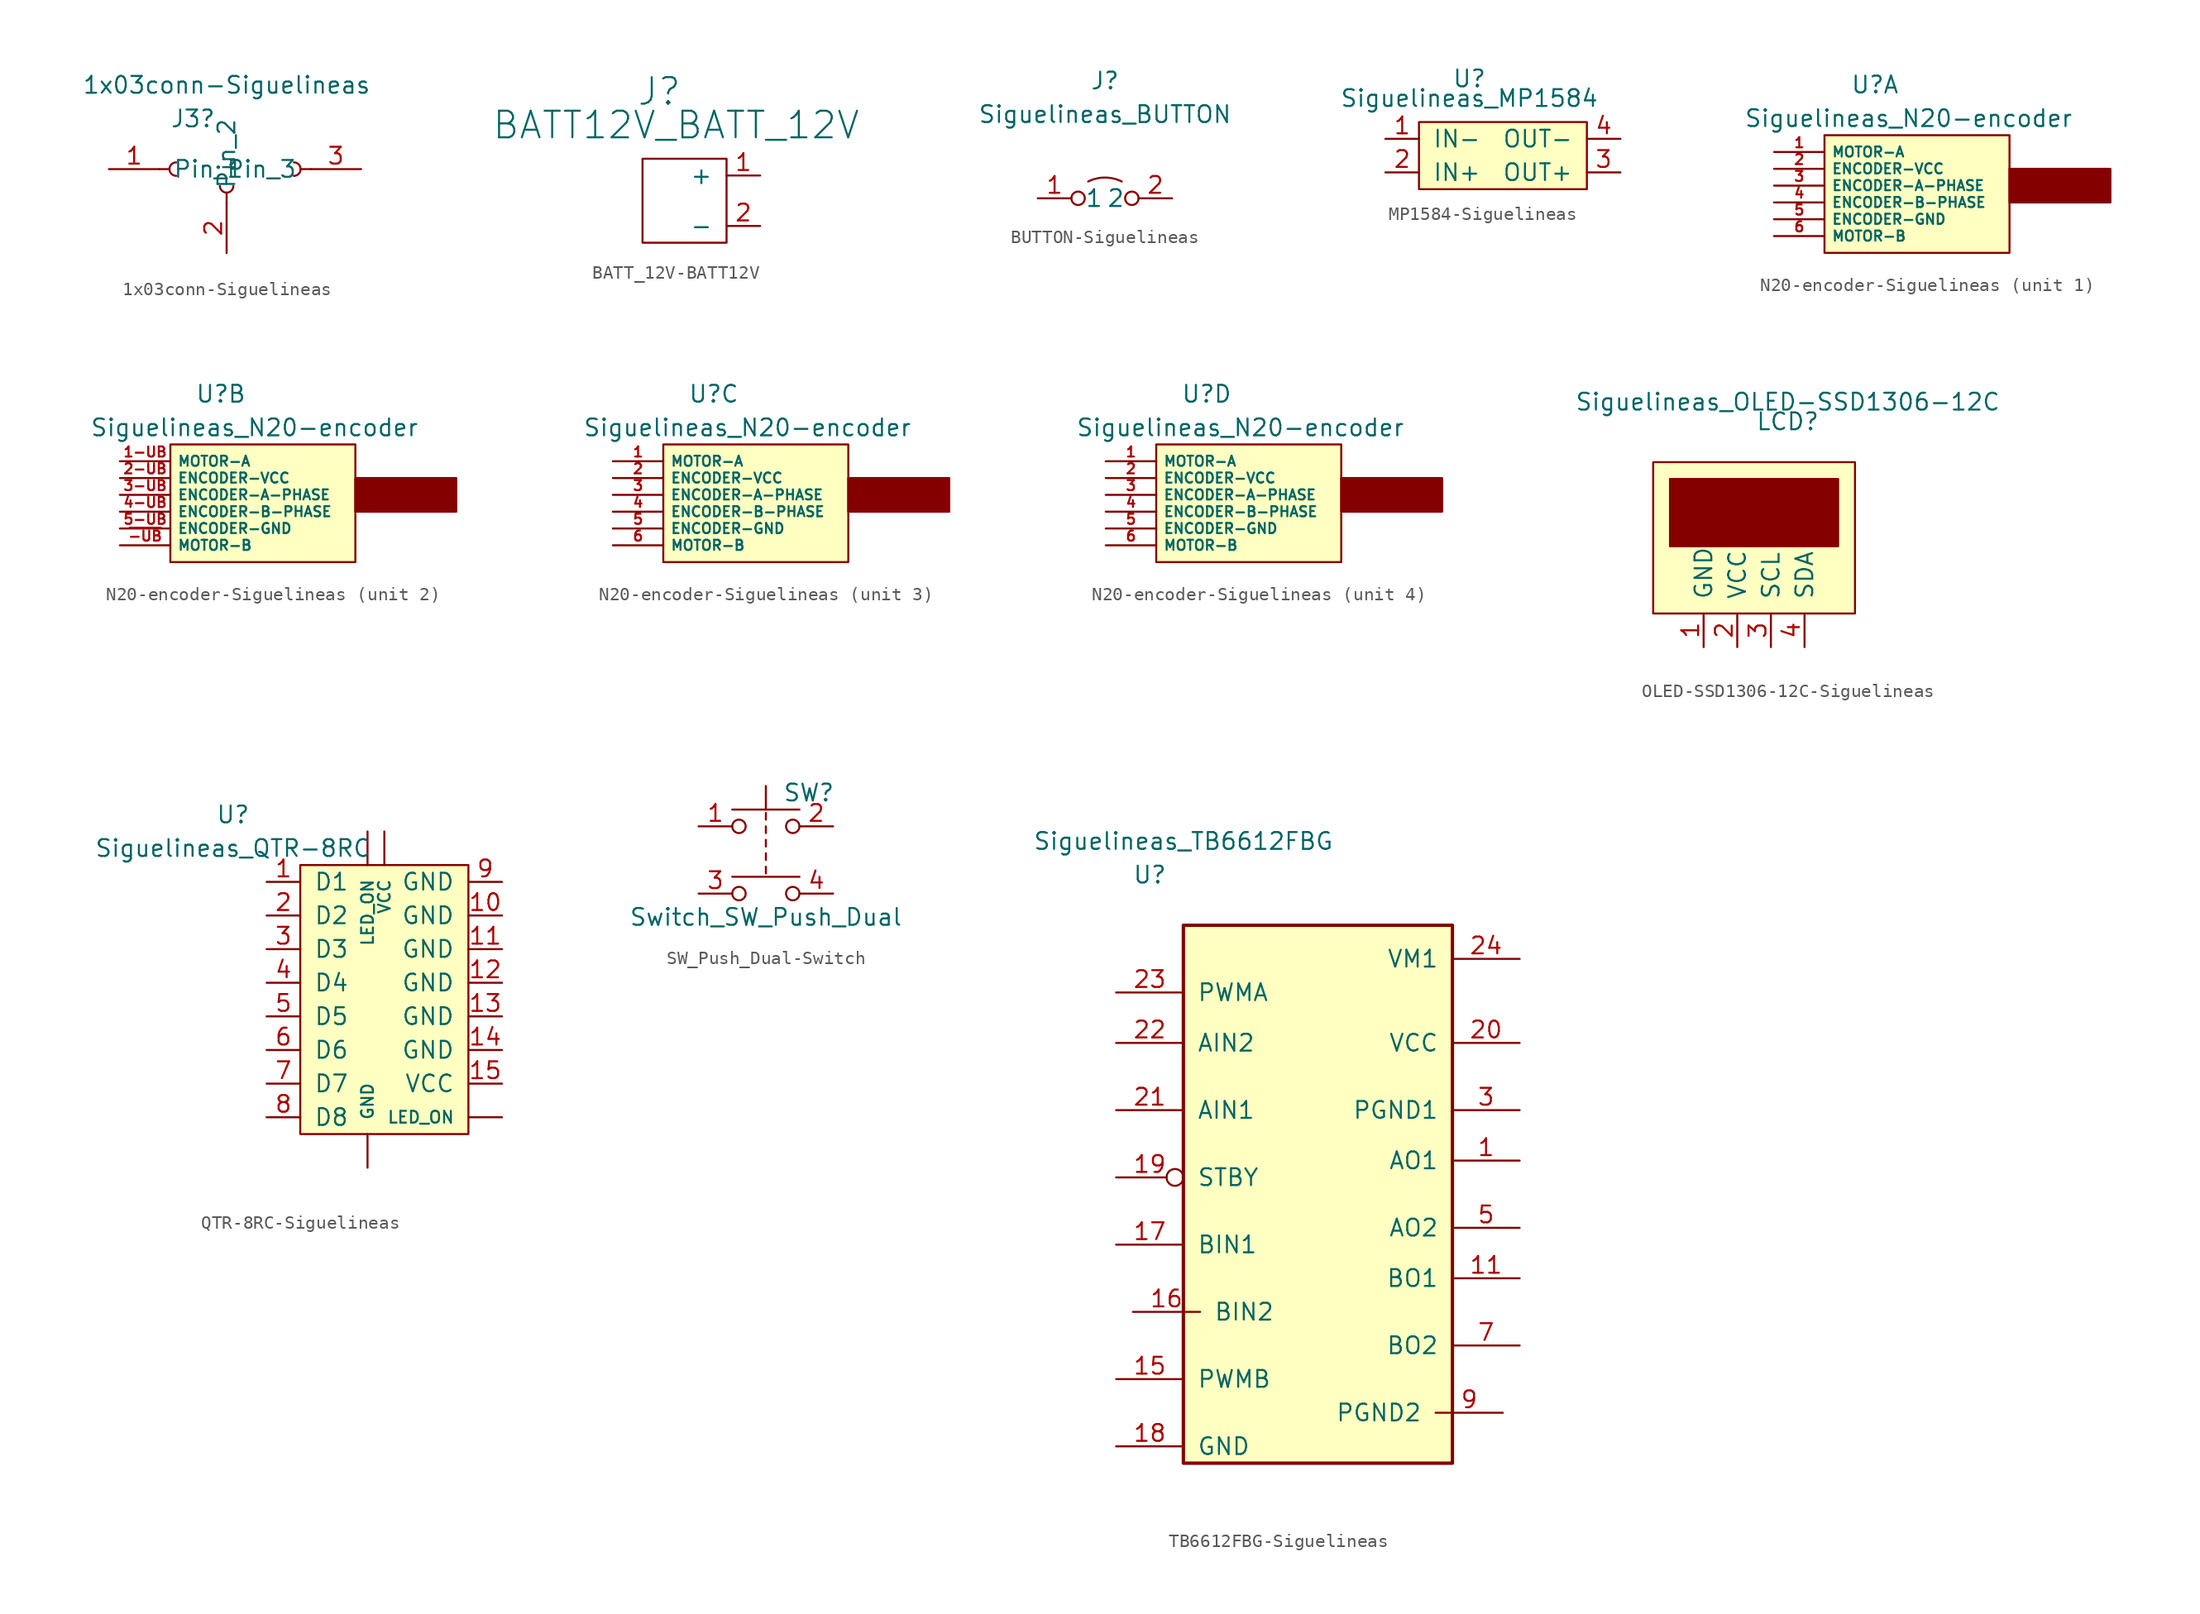
<source format=kicad_sym>
(kicad_symbol_lib
  (version 20231120)
  (generator "kicad_symbol_editor")
  (generator_version "8.0")
  (symbol "1x03conn-Siguelineas"
    (pin_names
      (offset 1.016))
    (property "Reference" "J3"
      (at -6.35 3.81 0)
      (effects (font (size 1.27 1.27))))
    (property "Value" "1x03conn-Siguelineas"
      (at -3.81 6.35 0)
      (effects (font (size 1.27 1.27))))
    (symbol "1x03conn-Siguelineas_1_1"
      (arc (start -7.62 0.508) (mid -8.128 0) (end -7.62 -0.508) (stroke (width 0.1524) (type solid)) (fill (type none)))
      (arc (start -4.318 -1.27) (mid -3.81 -1.778) (end -3.302 -1.27) (stroke (width 0.1524) (type solid)) (fill (type none)))
      (polyline (pts (xy -8.89 0) (xy -8.128 0)) (stroke (width 0.152) (type solid)) (fill (type none)))
      (polyline (pts (xy -3.81 -2.54) (xy -3.81 -1.778)) (stroke (width 0.152) (type solid)) (fill (type none)))
      (polyline (pts (xy 2.54 0) (xy 1.778 0)) (stroke (width 0.152) (type solid)) (fill (type none)))
      (arc (start 1.27 -0.508) (mid 1.778 0) (end 1.27 0.508) (stroke (width 0.1524) (type solid)) (fill (type none)))
      (pin passive line (at -12.7 0 0) (length 3.81) (name "Pin_1" (effects (font (size 1.27 1.27)))) (number "1" (effects (font (size 1.27 1.27)))))
      (pin passive line (at -3.81 -6.35 90) (length 3.81) (name "Pin_2" (effects (font (size 1.27 1.27)))) (number "2" (effects (font (size 1.27 1.27)))))
      (pin passive line (at 6.35 0 180) (length 3.81) (name "Pin_3" (effects (font (size 1.27 1.27)))) (number "3" (effects (font (size 1.27 1.27)))))))
  (symbol "BATT_12V-BATT12V"
    (pin_names
      (offset 1.016))
    (property "Reference" "J"
      (at -1.27 2.54 0)
      (effects (font (size 2.007 2.007))))
    (property "Value" "BATT12V_BATT_12V"
      (at 0 0 0)
      (effects (font (size 2.007 2.007))))
    (symbol "BATT_12V-BATT12V_0_1"
      (rectangle (start -2.54 -2.54) (end 3.81 -8.89) (stroke (width 0) (type solid)) (fill (type none))))
    (symbol "BATT_12V-BATT12V_1_1"
      (pin passive line (at 6.35 -3.81 180) (length 2.54) (name "+" (effects (font (size 1.27 1.27)))) (number "1" (effects (font (size 1.27 1.27)))))
      (pin passive line (at 6.35 -7.62 180) (length 2.54) (name "-" (effects (font (size 1.27 1.27)))) (number "2" (effects (font (size 1.27 1.27)))))))
  (symbol "BUTTON-Siguelineas"
    (pin_names
      (offset 1.016))
    (property "Reference" "J"
      (at 0 2.54 0)
      (effects (font (size 1.27 1.27))))
    (property "Value" "Siguelineas_BUTTON"
      (at 0 0 0)
      (effects (font (size 1.27 1.27))))
    (symbol "BUTTON-Siguelineas_0_1"
      (arc (start 1.27 -5.08) (mid 0 -4.7802) (end -1.27 -5.08) (stroke (width 0) (type solid)) (fill (type none))))
    (symbol "BUTTON-Siguelineas_1_1"
      (circle (center -2.032 -6.35) (radius 0.508) (stroke (width 0) (type solid)) (fill (type none)))
      (circle (center 2.032 -6.35) (radius 0.508) (stroke (width 0) (type solid)) (fill (type none)))
      (pin passive line (at -5.08 -6.35 0) (length 2.54) (name "1" (effects (font (size 1.27 1.27)))) (number "1" (effects (font (size 1.27 1.27)))))
      (pin passive line (at 5.08 -6.35 180) (length 2.54) (name "2" (effects (font (size 1.27 1.27)))) (number "2" (effects (font (size 1.27 1.27)))))))
  (symbol "MP1584-Siguelineas"
    (pin_names
      (offset 1.016))
    (property "Reference" "U"
      (at 0 0 0)
      (effects (font (size 1.27 1.27)) (justify bottom)))
    (property "Value" "Siguelineas_MP1584"
      (at 0 0 0)
      (effects (font (size 1.27 1.27)) (justify top)))
    (symbol "MP1584-Siguelineas_0_1"
      (rectangle (start -3.81 -2.54) (end 8.89 -7.62) (stroke (width 0) (type solid)) (fill (type background))))
    (symbol "MP1584-Siguelineas_1_1"
      (pin passive line (at -6.35 -3.81 0) (length 2.54) (name "IN-" (effects (font (size 1.27 1.27)))) (number "1" (effects (font (size 1.27 1.27)))))
      (pin passive line (at -6.35 -6.35 0) (length 2.54) (name "IN+" (effects (font (size 1.27 1.27)))) (number "2" (effects (font (size 1.27 1.27)))))
      (pin passive line (at 11.43 -6.35 180) (length 2.54) (name "OUT+" (effects (font (size 1.27 1.27)))) (number "3" (effects (font (size 1.27 1.27)))))
      (pin passive line (at 11.43 -3.81 180) (length 2.54) (name "OUT-" (effects (font (size 1.27 1.27)))) (number "4" (effects (font (size 1.27 1.27)))))))
  (symbol "N20-encoder-Siguelineas"
    (property "Reference" "U"
      (at -2.54 2.54 0)
      (effects (font (size 1.27 1.27))))
    (property "Value" "Siguelineas_N20-encoder"
      (at 0 0 0)
      (effects (font (size 1.27 1.27))))
    (symbol "N20-encoder-Siguelineas_0_1"
      (rectangle (start -6.35 -1.27) (end 7.62 -10.16) (stroke (width 0.152) (type solid)) (fill (type background)))
      (rectangle (start 7.62 -3.81) (end 15.24 -6.35) (stroke (width 0) (type solid)) (fill (type outline))))
    (symbol "N20-encoder-Siguelineas_1_1"
      (pin passive line (at -10.16 -2.54 0) (length 3.81) (name "MOTOR-A" (effects (font (size 0.762 0.762)))) (number "1" (effects (font (size 0.762 0.762)))))
      (pin passive line (at -10.16 -3.81 0) (length 3.81) (name "ENCODER-VCC" (effects (font (size 0.762 0.762)))) (number "2" (effects (font (size 0.762 0.762)))))
      (pin passive line (at -10.16 -5.08 0) (length 3.81) (name "ENCODER-A-PHASE" (effects (font (size 0.762 0.762)))) (number "3" (effects (font (size 0.762 0.762)))))
      (pin passive line (at -10.16 -6.35 0) (length 3.81) (name "ENCODER-B-PHASE" (effects (font (size 0.762 0.762)))) (number "4" (effects (font (size 0.762 0.762)))))
      (pin passive line (at -10.16 -7.62 0) (length 3.81) (name "ENCODER-GND" (effects (font (size 0.762 0.762)))) (number "5" (effects (font (size 0.762 0.762)))))
      (pin passive line (at -10.16 -8.89 0) (length 3.81) (name "MOTOR-B" (effects (font (size 0.762 0.762)))) (number "6" (effects (font (size 0.762 0.762))))))
    (symbol "N20-encoder-Siguelineas_2_1"
      (pin passive line (at -10.16 -2.54 0) (length 3.81) (name "MOTOR-A" (effects (font (size 0.762 0.762)))) (number "1-UB" (effects (font (size 0.762 0.762)))))
      (pin passive line (at -10.16 -3.81 0) (length 3.81) (name "ENCODER-VCC" (effects (font (size 0.762 0.762)))) (number "2-UB" (effects (font (size 0.762 0.762)))))
      (pin passive line (at -10.16 -5.08 0) (length 3.81) (name "ENCODER-A-PHASE" (effects (font (size 0.762 0.762)))) (number "3-UB" (effects (font (size 0.762 0.762)))))
      (pin passive line (at -10.16 -6.35 0) (length 3.81) (name "ENCODER-B-PHASE" (effects (font (size 0.762 0.762)))) (number "4-UB" (effects (font (size 0.762 0.762)))))
      (pin passive line (at -10.16 -7.62 0) (length 3.81) (name "ENCODER-GND" (effects (font (size 0.762 0.762)))) (number "5-UB" (effects (font (size 0.762 0.762)))))
      (pin passive line (at -10.16 -8.89 0) (length 3.81) (name "MOTOR-B" (effects (font (size 0.762 0.762)))) (number "~{-UB}" (effects (font (size 0.762 0.762))))))
    (symbol "N20-encoder-Siguelineas_3_1"
      (pin passive line (at -10.16 -2.54 0) (length 3.81) (name "MOTOR-A" (effects (font (size 0.762 0.762)))) (number "1" (effects (font (size 0.762 0.762)))))
      (pin passive line (at -10.16 -3.81 0) (length 3.81) (name "ENCODER-VCC" (effects (font (size 0.762 0.762)))) (number "2" (effects (font (size 0.762 0.762)))))
      (pin passive line (at -10.16 -5.08 0) (length 3.81) (name "ENCODER-A-PHASE" (effects (font (size 0.762 0.762)))) (number "3" (effects (font (size 0.762 0.762)))))
      (pin passive line (at -10.16 -6.35 0) (length 3.81) (name "ENCODER-B-PHASE" (effects (font (size 0.762 0.762)))) (number "4" (effects (font (size 0.762 0.762)))))
      (pin passive line (at -10.16 -7.62 0) (length 3.81) (name "ENCODER-GND" (effects (font (size 0.762 0.762)))) (number "5" (effects (font (size 0.762 0.762)))))
      (pin passive line (at -10.16 -8.89 0) (length 3.81) (name "MOTOR-B" (effects (font (size 0.762 0.762)))) (number "6" (effects (font (size 0.762 0.762))))))
    (symbol "N20-encoder-Siguelineas_4_1"
      (pin passive line (at -10.16 -2.54 0) (length 3.81) (name "MOTOR-A" (effects (font (size 0.762 0.762)))) (number "1" (effects (font (size 0.762 0.762)))))
      (pin passive line (at -10.16 -3.81 0) (length 3.81) (name "ENCODER-VCC" (effects (font (size 0.762 0.762)))) (number "2" (effects (font (size 0.762 0.762)))))
      (pin passive line (at -10.16 -5.08 0) (length 3.81) (name "ENCODER-A-PHASE" (effects (font (size 0.762 0.762)))) (number "3" (effects (font (size 0.762 0.762)))))
      (pin passive line (at -10.16 -6.35 0) (length 3.81) (name "ENCODER-B-PHASE" (effects (font (size 0.762 0.762)))) (number "4" (effects (font (size 0.762 0.762)))))
      (pin passive line (at -10.16 -7.62 0) (length 3.81) (name "ENCODER-GND" (effects (font (size 0.762 0.762)))) (number "5" (effects (font (size 0.762 0.762)))))
      (pin passive line (at -10.16 -8.89 0) (length 3.81) (name "MOTOR-B" (effects (font (size 0.762 0.762)))) (number "6" (effects (font (size 0.762 0.762)))))))
  (symbol "OLED-SSD1306-12C-Siguelineas"
    (pin_names
      (offset 1.016))
    (property "Reference" "LCD"
      (at 0 0 0)
      (effects (font (size 1.27 1.27)) (justify top)))
    (property "Value" "Siguelineas_OLED-SSD1306-12C"
      (at 0 0 0)
      (effects (font (size 1.27 1.27)) (justify bottom)))
    (symbol "OLED-SSD1306-12C-Siguelineas_0_1"
      (rectangle (start -10.16 -3.81) (end 5.08 -15.24) (stroke (width 0) (type solid)) (fill (type background)))
      (rectangle (start -8.89 -5.08) (end 3.81 -10.16) (stroke (width 0) (type solid)) (fill (type outline)))
      (rectangle (start 2.54 -8.89) (end 2.54 -8.89) (stroke (width 0) (type solid)) (fill (type none))))
    (symbol "OLED-SSD1306-12C-Siguelineas_1_1"
      (pin passive line (at -6.35 -17.78 90) (length 2.54) (name "GND" (effects (font (size 1.27 1.27)))) (number "1" (effects (font (size 1.27 1.27)))))
      (pin passive line (at -3.81 -17.78 90) (length 2.54) (name "VCC" (effects (font (size 1.27 1.27)))) (number "2" (effects (font (size 1.27 1.27)))))
      (pin passive line (at -1.27 -17.78 90) (length 2.54) (name "SCL" (effects (font (size 1.27 1.27)))) (number "3" (effects (font (size 1.27 1.27)))))
      (pin passive line (at 1.27 -17.78 90) (length 2.54) (name "SDA" (effects (font (size 1.27 1.27)))) (number "4" (effects (font (size 1.27 1.27)))))))
  (symbol "QTR-8RC-Siguelineas"
    (pin_names
      (offset 1.016))
    (property "Reference" "U"
      (at -7.62 1.27 0)
      (effects (font (size 1.27 1.27))))
    (property "Value" "Siguelineas_QTR-8RC"
      (at -7.62 -1.27 0)
      (effects (font (size 1.27 1.27))))
    (symbol "QTR-8RC-Siguelineas_0_1"
      (rectangle (start -2.54 -2.54) (end 10.16 -22.86) (stroke (width 0) (type solid)) (fill (type background))))
    (symbol "QTR-8RC-Siguelineas_1_1"
      (pin passive line (at -5.08 -3.81 0) (length 2.54) (name "D1" (effects (font (size 1.27 1.27)))) (number "1" (effects (font (size 1.27 1.27)))))
      (pin passive line (at 12.7 -6.35 180) (length 2.54) (name "GND" (effects (font (size 1.27 1.27)))) (number "10" (effects (font (size 1.27 1.27)))))
      (pin passive line (at 12.7 -8.89 180) (length 2.54) (name "GND" (effects (font (size 1.27 1.27)))) (number "11" (effects (font (size 1.27 1.27)))))
      (pin passive line (at 12.7 -11.43 180) (length 2.54) (name "GND" (effects (font (size 1.27 1.27)))) (number "12" (effects (font (size 1.27 1.27)))))
      (pin passive line (at 12.7 -13.97 180) (length 2.54) (name "GND" (effects (font (size 1.27 1.27)))) (number "13" (effects (font (size 1.27 1.27)))))
      (pin passive line (at 12.7 -16.51 180) (length 2.54) (name "GND" (effects (font (size 1.27 1.27)))) (number "14" (effects (font (size 1.27 1.27)))))
      (pin passive line (at 12.7 -19.05 180) (length 2.54) (name "VCC" (effects (font (size 1.27 1.27)))) (number "15" (effects (font (size 1.27 1.27)))))
      (pin passive line (at 12.7 -21.59 180) (length 2.54) (name "LED_ON" (effects (font (size 0.889 0.889)))) (number "16" (effects (font (size 0 0)))))
      (pin passive line (at 2.54 0 270) (length 2.54) (name "LED_ON" (effects (font (size 0.889 0.889)))) (number "17" (effects (font (size 0 0)))))
      (pin passive line (at 3.81 0 270) (length 2.54) (name "VCC" (effects (font (size 0.889 0.889)))) (number "18" (effects (font (size 0 0)))))
      (pin passive line (at 2.54 -25.4 90) (length 2.54) (name "GND" (effects (font (size 0.889 0.889)))) (number "19" (effects (font (size 0 0)))))
      (pin passive line (at -5.08 -6.35 0) (length 2.54) (name "D2" (effects (font (size 1.27 1.27)))) (number "2" (effects (font (size 1.27 1.27)))))
      (pin passive line (at -5.08 -8.89 0) (length 2.54) (name "D3" (effects (font (size 1.27 1.27)))) (number "3" (effects (font (size 1.27 1.27)))))
      (pin passive line (at -5.08 -11.43 0) (length 2.54) (name "D4" (effects (font (size 1.27 1.27)))) (number "4" (effects (font (size 1.27 1.27)))))
      (pin passive line (at -5.08 -13.97 0) (length 2.54) (name "D5" (effects (font (size 1.27 1.27)))) (number "5" (effects (font (size 1.27 1.27)))))
      (pin passive line (at -5.08 -16.51 0) (length 2.54) (name "D6" (effects (font (size 1.27 1.27)))) (number "6" (effects (font (size 1.27 1.27)))))
      (pin passive line (at -5.08 -19.05 0) (length 2.54) (name "D7" (effects (font (size 1.27 1.27)))) (number "7" (effects (font (size 1.27 1.27)))))
      (pin passive line (at -5.08 -21.59 0) (length 2.54) (name "D8" (effects (font (size 1.27 1.27)))) (number "8" (effects (font (size 1.27 1.27)))))
      (pin passive line (at 12.7 -3.81 180) (length 2.54) (name "GND" (effects (font (size 1.27 1.27)))) (number "9" (effects (font (size 1.27 1.27)))))))
  (symbol "SW_Push_Dual-Switch"
    (pin_names
      (offset 1.016) hide)
    (property "Reference" "SW"
      (at 1.27 2.54 0)
      (effects (font (size 1.27 1.27)) (justify left)))
    (property "Value" "Switch_SW_Push_Dual"
      (at 0 -6.858 0)
      (effects (font (size 1.27 1.27))))
    (symbol "SW_Push_Dual-Switch_0_1"
      (circle (center -2.032 -5.08) (radius 0.508) (stroke (width 0) (type solid)) (fill (type none)))
      (circle (center -2.032 0) (radius 0.508) (stroke (width 0) (type solid)) (fill (type none)))
      (polyline (pts (xy 0 -3.048) (xy 0 -3.556)) (stroke (width 0) (type solid)) (fill (type none)))
      (polyline (pts (xy 0 -2.032) (xy 0 -2.54)) (stroke (width 0) (type solid)) (fill (type none)))
      (polyline (pts (xy 0 -1.524) (xy 0 -1.016)) (stroke (width 0) (type solid)) (fill (type none)))
      (polyline (pts (xy 0 -0.508) (xy 0 0)) (stroke (width 0) (type solid)) (fill (type none)))
      (polyline (pts (xy 0 0.508) (xy 0 1.016)) (stroke (width 0) (type solid)) (fill (type none)))
      (polyline (pts (xy 0 1.27) (xy 0 3.048)) (stroke (width 0) (type solid)) (fill (type none)))
      (polyline (pts (xy 2.54 -3.81) (xy -2.54 -3.81)) (stroke (width 0) (type solid)) (fill (type none)))
      (polyline (pts (xy 2.54 1.27) (xy -2.54 1.27)) (stroke (width 0) (type solid)) (fill (type none)))
      (circle (center 2.032 -5.08) (radius 0.508) (stroke (width 0) (type solid)) (fill (type none)))
      (circle (center 2.032 0) (radius 0.508) (stroke (width 0) (type solid)) (fill (type none)))
      (pin passive line (at -5.08 0 0) (length 2.54) (name "1" (effects (font (size 1.27 1.27)))) (number "1" (effects (font (size 1.27 1.27)))))
      (pin passive line (at 5.08 0 180) (length 2.54) (name "2" (effects (font (size 1.27 1.27)))) (number "2" (effects (font (size 1.27 1.27)))))
      (pin passive line (at -5.08 -5.08 0) (length 2.54) (name "3" (effects (font (size 1.27 1.27)))) (number "3" (effects (font (size 1.27 1.27)))))
      (pin passive line (at 5.08 -5.08 180) (length 2.54) (name "4" (effects (font (size 1.27 1.27)))) (number "4" (effects (font (size 1.27 1.27)))))))
  (symbol "TB6612FBG-Siguelineas"
    (pin_names
      (offset 1.016))
    (property "Reference" "U"
      (at -7.62 5.08 0)
      (effects (font (size 1.27 1.27))))
    (property "Value" "Siguelineas_TB6612FBG"
      (at -5.08 7.62 0)
      (effects (font (size 1.27 1.27))))
    (symbol "TB6612FBG-Siguelineas_1_1"
      (rectangle (start -5.08 1.27) (end 15.24 -39.37) (stroke (width 0.254) (type solid)) (fill (type background)))
      (pin output line (at 20.32 -16.51 180) (length 5.08) (name "AO1" (effects (font (size 1.27 1.27)))) (number "1" (effects (font (size 1.27 1.27)))))
      (pin passive line (at 15.24 -35.56 0) (length 5.08) hide (name "PGND2" (effects (font (size 1.27 1.27)))) (number "10" (effects (font (size 1.27 1.27)))))
      (pin output line (at 20.32 -25.4 180) (length 5.08) (name "BO1" (effects (font (size 1.27 1.27)))) (number "11" (effects (font (size 1.27 1.27)))))
      (pin input line (at -10.16 -33.02 0) (length 5.08) (name "PWMB" (effects (font (size 1.27 1.27)))) (number "15" (effects (font (size 1.27 1.27)))))
      (pin input line (at -8.89 -27.94 0) (length 5.08) (name "BIN2" (effects (font (size 1.27 1.27)))) (number "16" (effects (font (size 1.27 1.27)))))
      (pin input line (at -10.16 -22.86 0) (length 5.08) (name "BIN1" (effects (font (size 1.27 1.27)))) (number "17" (effects (font (size 1.27 1.27)))))
      (pin power_in line (at -10.16 -38.1 0) (length 5.08) (name "GND" (effects (font (size 1.27 1.27)))) (number "18" (effects (font (size 1.27 1.27)))))
      (pin input inverted (at -10.16 -17.78 0) (length 5.08) (name "STBY" (effects (font (size 1.27 1.27)))) (number "19" (effects (font (size 1.27 1.27)))))
      (pin passive line (at 20.32 -16.51 180) (length 5.08) hide (name "AO1" (effects (font (size 1.27 1.27)))) (number "2" (effects (font (size 1.27 1.27)))))
      (pin power_in line (at 20.32 -7.62 180) (length 5.08) (name "VCC" (effects (font (size 1.27 1.27)))) (number "20" (effects (font (size 1.27 1.27)))))
      (pin input line (at -10.16 -12.7 0) (length 5.08) (name "AIN1" (effects (font (size 1.27 1.27)))) (number "21" (effects (font (size 1.27 1.27)))))
      (pin input line (at -10.16 -7.62 0) (length 5.08) (name "AIN2" (effects (font (size 1.27 1.27)))) (number "22" (effects (font (size 1.27 1.27)))))
      (pin input line (at -10.16 -3.81 0) (length 5.08) (name "PWMA" (effects (font (size 1.27 1.27)))) (number "23" (effects (font (size 1.27 1.27)))))
      (pin power_in line (at 20.32 -1.27 180) (length 5.08) (name "VM1" (effects (font (size 1.27 1.27)))) (number "24" (effects (font (size 1.27 1.27)))))
      (pin power_in line (at 20.32 -12.7 180) (length 5.08) (name "PGND1" (effects (font (size 1.27 1.27)))) (number "3" (effects (font (size 1.27 1.27)))))
      (pin passive line (at 15.24 -12.7 0) (length 5.08) hide (name "PGND1" (effects (font (size 1.27 1.27)))) (number "4" (effects (font (size 1.27 1.27)))))
      (pin output line (at 20.32 -21.59 180) (length 5.08) (name "AO2" (effects (font (size 1.27 1.27)))) (number "5" (effects (font (size 1.27 1.27)))))
      (pin passive line (at 20.32 -21.59 180) (length 5.08) hide (name "AO2" (effects (font (size 1.27 1.27)))) (number "6" (effects (font (size 1.27 1.27)))))
      (pin output line (at 20.32 -30.48 180) (length 5.08) (name "BO2" (effects (font (size 1.27 1.27)))) (number "7" (effects (font (size 1.27 1.27)))))
      (pin passive line (at 20.32 -30.48 180) (length 5.08) hide (name "BO2" (effects (font (size 1.27 1.27)))) (number "8" (effects (font (size 1.27 1.27)))))
      (pin power_in line (at 19.05 -35.56 180) (length 5.08) (name "PGND2" (effects (font (size 1.27 1.27)))) (number "9" (effects (font (size 1.27 1.27))))))))
</source>
